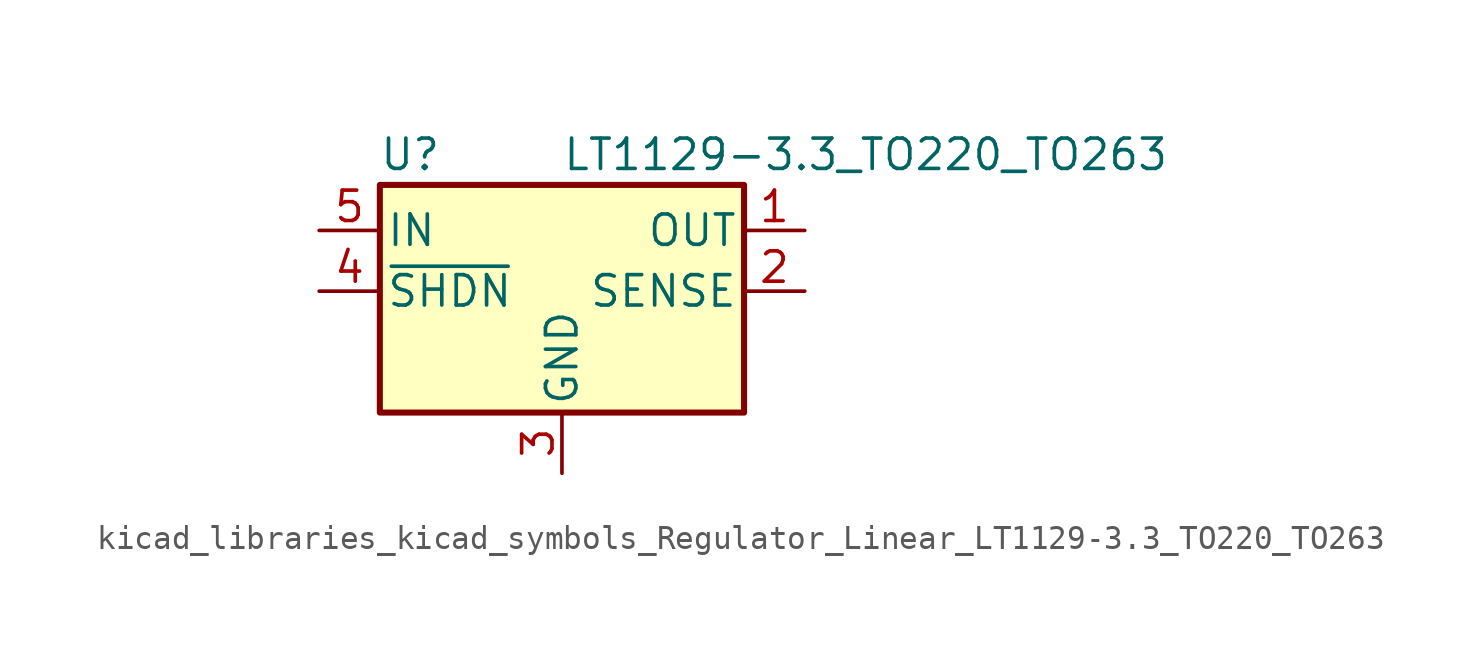
<source format=kicad_sym>
(kicad_symbol_lib
  (version 20220914)
  (generator kicad_symbol_editor)
  (symbol "kicad_libraries_kicad_symbols_Regulator_Linear_LT1129-3.3_TO220_TO263"
    (pin_names
      (offset 0.254))
    (property "Reference" "U"
      (at -6.35 5.715 0)
      (effects (font (size 1.27 1.27))))
    (property "Value" "LT1129-3.3_TO220_TO263"
      (at 0 5.715 0)
      (effects (font (size 1.27 1.27)) (justify left)))
    (symbol "kicad_libraries_kicad_symbols_Regulator_Linear_LT1129-3.3_TO220_TO263_0_1"
      (rectangle (start -7.62 -5.08) (end 7.62 4.445) (stroke (width 0.254) (type default)) (fill (type background))))
    (symbol "kicad_libraries_kicad_symbols_Regulator_Linear_LT1129-3.3_TO220_TO263_1_1"
      (pin power_out line (at 10.16 2.54 180) (length 2.54) (name "OUT" (effects (font (size 1.27 1.27)))) (number "1" (effects (font (size 1.27 1.27)))))
      (pin input line (at 10.16 0 180) (length 2.54) (name "SENSE" (effects (font (size 1.27 1.27)))) (number "2" (effects (font (size 1.27 1.27)))))
      (pin power_in line (at 0 -7.62 90) (length 2.54) (name "GND" (effects (font (size 1.27 1.27)))) (number "3" (effects (font (size 1.27 1.27)))))
      (pin input line (at -10.16 0 0) (length 2.54) (name "~{SHDN}" (effects (font (size 1.27 1.27)))) (number "4" (effects (font (size 1.27 1.27)))))
      (pin power_in line (at -10.16 2.54 0) (length 2.54) (name "IN" (effects (font (size 1.27 1.27)))) (number "5" (effects (font (size 1.27 1.27))))))))
</source>
